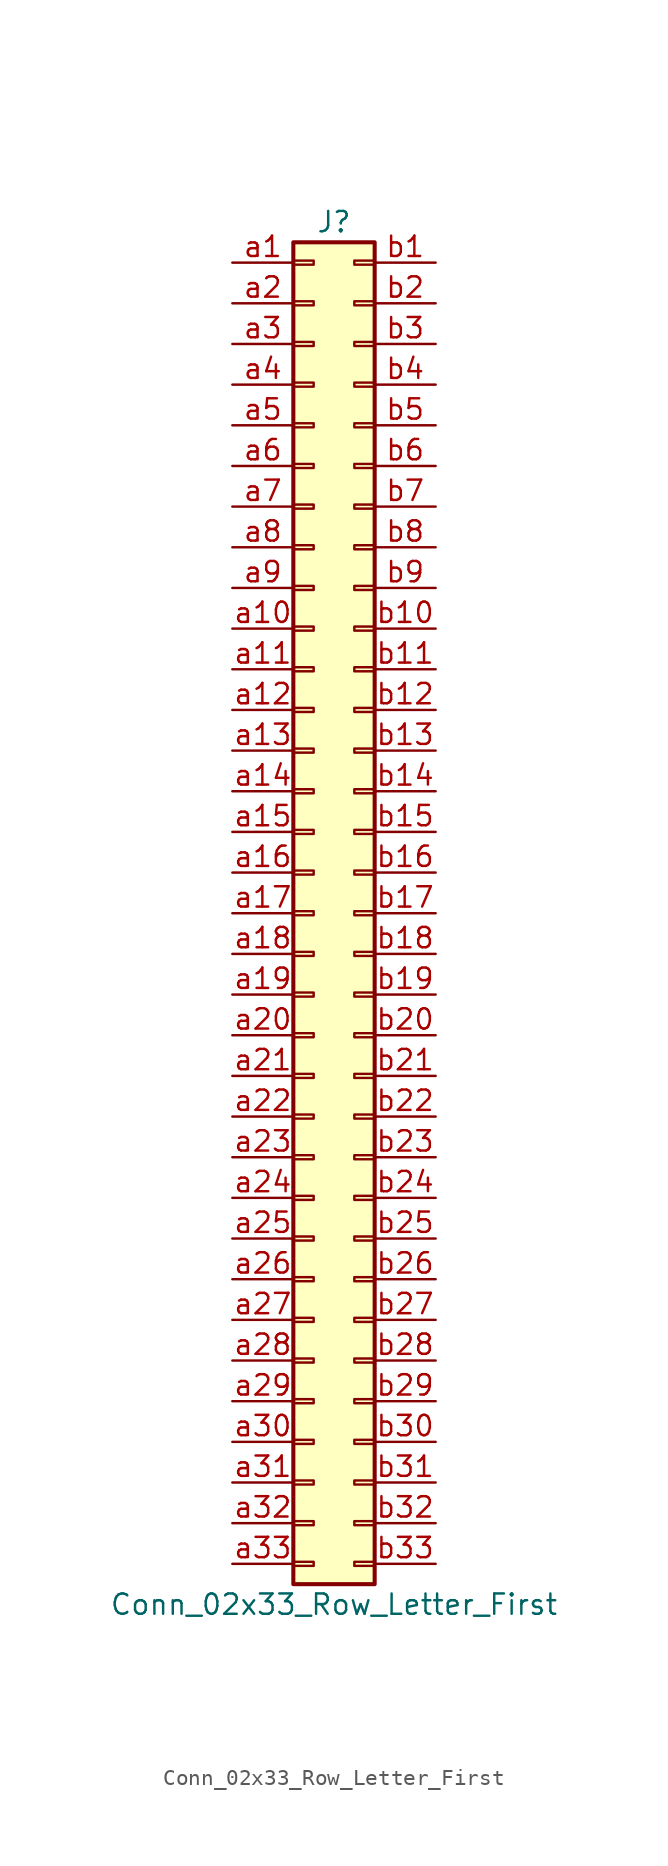
<source format=kicad_sym>
(kicad_symbol_lib
  (version 20201005)
  (generator kicad_symbol_editor)
  (symbol "Conn_02x33_Row_Letter_First"
    (pin_names
      (offset 1.016) hide)
    (property "Reference" "J"
      (at 1.27 43.18 0)
      (effects (font (size 1.27 1.27))))
    (property "Value" "Conn_02x33_Row_Letter_First"
      (at 1.27 -43.18 0)
      (effects (font (size 1.27 1.27))))
    (symbol "Conn_02x33_Row_Letter_First_1_1"
      (rectangle (start -1.27 -40.513) (end 0 -40.767) (stroke (width 0.152)) (fill (type none)))
      (rectangle (start -1.27 -37.973) (end 0 -38.227) (stroke (width 0.152)) (fill (type none)))
      (rectangle (start -1.27 -35.433) (end 0 -35.687) (stroke (width 0.152)) (fill (type none)))
      (rectangle (start -1.27 -32.893) (end 0 -33.147) (stroke (width 0.152)) (fill (type none)))
      (rectangle (start -1.27 -30.353) (end 0 -30.607) (stroke (width 0.152)) (fill (type none)))
      (rectangle (start -1.27 -27.813) (end 0 -28.067) (stroke (width 0.152)) (fill (type none)))
      (rectangle (start -1.27 -25.273) (end 0 -25.527) (stroke (width 0.152)) (fill (type none)))
      (rectangle (start -1.27 -22.733) (end 0 -22.987) (stroke (width 0.152)) (fill (type none)))
      (rectangle (start -1.27 -20.193) (end 0 -20.447) (stroke (width 0.152)) (fill (type none)))
      (rectangle (start -1.27 -17.653) (end 0 -17.907) (stroke (width 0.152)) (fill (type none)))
      (rectangle (start -1.27 -15.113) (end 0 -15.367) (stroke (width 0.152)) (fill (type none)))
      (rectangle (start -1.27 -12.573) (end 0 -12.827) (stroke (width 0.152)) (fill (type none)))
      (rectangle (start -1.27 -10.033) (end 0 -10.287) (stroke (width 0.152)) (fill (type none)))
      (rectangle (start -1.27 -7.493) (end 0 -7.747) (stroke (width 0.152)) (fill (type none)))
      (rectangle (start -1.27 -4.953) (end 0 -5.207) (stroke (width 0.152)) (fill (type none)))
      (rectangle (start -1.27 -2.413) (end 0 -2.667) (stroke (width 0.152)) (fill (type none)))
      (rectangle (start -1.27 0.127) (end 0 -0.127) (stroke (width 0.152)) (fill (type none)))
      (rectangle (start -1.27 2.667) (end 0 2.413) (stroke (width 0.152)) (fill (type none)))
      (rectangle (start -1.27 5.207) (end 0 4.953) (stroke (width 0.152)) (fill (type none)))
      (rectangle (start -1.27 7.747) (end 0 7.493) (stroke (width 0.152)) (fill (type none)))
      (rectangle (start -1.27 10.287) (end 0 10.033) (stroke (width 0.152)) (fill (type none)))
      (rectangle (start -1.27 12.827) (end 0 12.573) (stroke (width 0.152)) (fill (type none)))
      (rectangle (start -1.27 15.367) (end 0 15.113) (stroke (width 0.152)) (fill (type none)))
      (rectangle (start -1.27 17.907) (end 0 17.653) (stroke (width 0.152)) (fill (type none)))
      (rectangle (start -1.27 20.447) (end 0 20.193) (stroke (width 0.152)) (fill (type none)))
      (rectangle (start -1.27 22.987) (end 0 22.733) (stroke (width 0.152)) (fill (type none)))
      (rectangle (start -1.27 25.527) (end 0 25.273) (stroke (width 0.152)) (fill (type none)))
      (rectangle (start -1.27 28.067) (end 0 27.813) (stroke (width 0.152)) (fill (type none)))
      (rectangle (start -1.27 30.607) (end 0 30.353) (stroke (width 0.152)) (fill (type none)))
      (rectangle (start -1.27 33.147) (end 0 32.893) (stroke (width 0.152)) (fill (type none)))
      (rectangle (start -1.27 35.687) (end 0 35.433) (stroke (width 0.152)) (fill (type none)))
      (rectangle (start -1.27 38.227) (end 0 37.973) (stroke (width 0.152)) (fill (type none)))
      (rectangle (start -1.27 40.767) (end 0 40.513) (stroke (width 0.152)) (fill (type none)))
      (rectangle (start 3.81 -40.513) (end 2.54 -40.767) (stroke (width 0.152)) (fill (type none)))
      (rectangle (start 3.81 -37.973) (end 2.54 -38.227) (stroke (width 0.152)) (fill (type none)))
      (rectangle (start 3.81 -35.433) (end 2.54 -35.687) (stroke (width 0.152)) (fill (type none)))
      (rectangle (start 3.81 -32.893) (end 2.54 -33.147) (stroke (width 0.152)) (fill (type none)))
      (rectangle (start 3.81 -30.353) (end 2.54 -30.607) (stroke (width 0.152)) (fill (type none)))
      (rectangle (start 3.81 -27.813) (end 2.54 -28.067) (stroke (width 0.152)) (fill (type none)))
      (rectangle (start 3.81 -25.273) (end 2.54 -25.527) (stroke (width 0.152)) (fill (type none)))
      (rectangle (start 3.81 -22.733) (end 2.54 -22.987) (stroke (width 0.152)) (fill (type none)))
      (rectangle (start 3.81 -20.193) (end 2.54 -20.447) (stroke (width 0.152)) (fill (type none)))
      (rectangle (start 3.81 -17.653) (end 2.54 -17.907) (stroke (width 0.152)) (fill (type none)))
      (rectangle (start 3.81 -15.113) (end 2.54 -15.367) (stroke (width 0.152)) (fill (type none)))
      (rectangle (start 3.81 -12.573) (end 2.54 -12.827) (stroke (width 0.152)) (fill (type none)))
      (rectangle (start 3.81 -10.033) (end 2.54 -10.287) (stroke (width 0.152)) (fill (type none)))
      (rectangle (start 3.81 -7.493) (end 2.54 -7.747) (stroke (width 0.152)) (fill (type none)))
      (rectangle (start 3.81 -4.953) (end 2.54 -5.207) (stroke (width 0.152)) (fill (type none)))
      (rectangle (start 3.81 -2.413) (end 2.54 -2.667) (stroke (width 0.152)) (fill (type none)))
      (rectangle (start 3.81 0.127) (end 2.54 -0.127) (stroke (width 0.152)) (fill (type none)))
      (rectangle (start 3.81 2.667) (end 2.54 2.413) (stroke (width 0.152)) (fill (type none)))
      (rectangle (start 3.81 5.207) (end 2.54 4.953) (stroke (width 0.152)) (fill (type none)))
      (rectangle (start 3.81 7.747) (end 2.54 7.493) (stroke (width 0.152)) (fill (type none)))
      (rectangle (start 3.81 10.287) (end 2.54 10.033) (stroke (width 0.152)) (fill (type none)))
      (rectangle (start 3.81 12.827) (end 2.54 12.573) (stroke (width 0.152)) (fill (type none)))
      (rectangle (start 3.81 15.367) (end 2.54 15.113) (stroke (width 0.152)) (fill (type none)))
      (rectangle (start 3.81 17.907) (end 2.54 17.653) (stroke (width 0.152)) (fill (type none)))
      (rectangle (start 3.81 20.447) (end 2.54 20.193) (stroke (width 0.152)) (fill (type none)))
      (rectangle (start 3.81 22.987) (end 2.54 22.733) (stroke (width 0.152)) (fill (type none)))
      (rectangle (start 3.81 25.527) (end 2.54 25.273) (stroke (width 0.152)) (fill (type none)))
      (rectangle (start 3.81 28.067) (end 2.54 27.813) (stroke (width 0.152)) (fill (type none)))
      (rectangle (start 3.81 30.607) (end 2.54 30.353) (stroke (width 0.152)) (fill (type none)))
      (rectangle (start 3.81 33.147) (end 2.54 32.893) (stroke (width 0.152)) (fill (type none)))
      (rectangle (start 3.81 35.687) (end 2.54 35.433) (stroke (width 0.152)) (fill (type none)))
      (rectangle (start 3.81 38.227) (end 2.54 37.973) (stroke (width 0.152)) (fill (type none)))
      (rectangle (start 3.81 40.767) (end 2.54 40.513) (stroke (width 0.152)) (fill (type none)))
      (rectangle (start -1.27 41.91) (end 3.81 -41.91) (stroke (width 0.254)) (fill (type background)))
      (pin passive line (at -5.08 40.64 0) (length 3.81) (name "Pin_a1" (effects (font (size 1.27 1.27)))) (number "a1" (effects (font (size 1.27 1.27)))))
      (pin passive line (at -5.08 17.78 0) (length 3.81) (name "Pin_a10" (effects (font (size 1.27 1.27)))) (number "a10" (effects (font (size 1.27 1.27)))))
      (pin passive line (at -5.08 15.24 0) (length 3.81) (name "Pin_a11" (effects (font (size 1.27 1.27)))) (number "a11" (effects (font (size 1.27 1.27)))))
      (pin passive line (at -5.08 12.7 0) (length 3.81) (name "Pin_a12" (effects (font (size 1.27 1.27)))) (number "a12" (effects (font (size 1.27 1.27)))))
      (pin passive line (at -5.08 10.16 0) (length 3.81) (name "Pin_a13" (effects (font (size 1.27 1.27)))) (number "a13" (effects (font (size 1.27 1.27)))))
      (pin passive line (at -5.08 7.62 0) (length 3.81) (name "Pin_a14" (effects (font (size 1.27 1.27)))) (number "a14" (effects (font (size 1.27 1.27)))))
      (pin passive line (at -5.08 5.08 0) (length 3.81) (name "Pin_a15" (effects (font (size 1.27 1.27)))) (number "a15" (effects (font (size 1.27 1.27)))))
      (pin passive line (at -5.08 2.54 0) (length 3.81) (name "Pin_a16" (effects (font (size 1.27 1.27)))) (number "a16" (effects (font (size 1.27 1.27)))))
      (pin passive line (at -5.08 0 0) (length 3.81) (name "Pin_a17" (effects (font (size 1.27 1.27)))) (number "a17" (effects (font (size 1.27 1.27)))))
      (pin passive line (at -5.08 -2.54 0) (length 3.81) (name "Pin_a18" (effects (font (size 1.27 1.27)))) (number "a18" (effects (font (size 1.27 1.27)))))
      (pin passive line (at -5.08 -5.08 0) (length 3.81) (name "Pin_a19" (effects (font (size 1.27 1.27)))) (number "a19" (effects (font (size 1.27 1.27)))))
      (pin passive line (at -5.08 38.1 0) (length 3.81) (name "Pin_a2" (effects (font (size 1.27 1.27)))) (number "a2" (effects (font (size 1.27 1.27)))))
      (pin passive line (at -5.08 -7.62 0) (length 3.81) (name "Pin_a20" (effects (font (size 1.27 1.27)))) (number "a20" (effects (font (size 1.27 1.27)))))
      (pin passive line (at -5.08 -10.16 0) (length 3.81) (name "Pin_a21" (effects (font (size 1.27 1.27)))) (number "a21" (effects (font (size 1.27 1.27)))))
      (pin passive line (at -5.08 -12.7 0) (length 3.81) (name "Pin_a22" (effects (font (size 1.27 1.27)))) (number "a22" (effects (font (size 1.27 1.27)))))
      (pin passive line (at -5.08 -15.24 0) (length 3.81) (name "Pin_a23" (effects (font (size 1.27 1.27)))) (number "a23" (effects (font (size 1.27 1.27)))))
      (pin passive line (at -5.08 -17.78 0) (length 3.81) (name "Pin_a24" (effects (font (size 1.27 1.27)))) (number "a24" (effects (font (size 1.27 1.27)))))
      (pin passive line (at -5.08 -20.32 0) (length 3.81) (name "Pin_a25" (effects (font (size 1.27 1.27)))) (number "a25" (effects (font (size 1.27 1.27)))))
      (pin passive line (at -5.08 -22.86 0) (length 3.81) (name "Pin_a26" (effects (font (size 1.27 1.27)))) (number "a26" (effects (font (size 1.27 1.27)))))
      (pin passive line (at -5.08 -25.4 0) (length 3.81) (name "Pin_a27" (effects (font (size 1.27 1.27)))) (number "a27" (effects (font (size 1.27 1.27)))))
      (pin passive line (at -5.08 -27.94 0) (length 3.81) (name "Pin_a28" (effects (font (size 1.27 1.27)))) (number "a28" (effects (font (size 1.27 1.27)))))
      (pin passive line (at -5.08 -30.48 0) (length 3.81) (name "Pin_a29" (effects (font (size 1.27 1.27)))) (number "a29" (effects (font (size 1.27 1.27)))))
      (pin passive line (at -5.08 35.56 0) (length 3.81) (name "Pin_a3" (effects (font (size 1.27 1.27)))) (number "a3" (effects (font (size 1.27 1.27)))))
      (pin passive line (at -5.08 -33.02 0) (length 3.81) (name "Pin_a30" (effects (font (size 1.27 1.27)))) (number "a30" (effects (font (size 1.27 1.27)))))
      (pin passive line (at -5.08 -35.56 0) (length 3.81) (name "Pin_a31" (effects (font (size 1.27 1.27)))) (number "a31" (effects (font (size 1.27 1.27)))))
      (pin passive line (at -5.08 -38.1 0) (length 3.81) (name "Pin_a32" (effects (font (size 1.27 1.27)))) (number "a32" (effects (font (size 1.27 1.27)))))
      (pin passive line (at -5.08 -40.64 0) (length 3.81) (name "Pin_a33" (effects (font (size 1.27 1.27)))) (number "a33" (effects (font (size 1.27 1.27)))))
      (pin passive line (at -5.08 33.02 0) (length 3.81) (name "Pin_a4" (effects (font (size 1.27 1.27)))) (number "a4" (effects (font (size 1.27 1.27)))))
      (pin passive line (at -5.08 30.48 0) (length 3.81) (name "Pin_a5" (effects (font (size 1.27 1.27)))) (number "a5" (effects (font (size 1.27 1.27)))))
      (pin passive line (at -5.08 27.94 0) (length 3.81) (name "Pin_a6" (effects (font (size 1.27 1.27)))) (number "a6" (effects (font (size 1.27 1.27)))))
      (pin passive line (at -5.08 25.4 0) (length 3.81) (name "Pin_a7" (effects (font (size 1.27 1.27)))) (number "a7" (effects (font (size 1.27 1.27)))))
      (pin passive line (at -5.08 22.86 0) (length 3.81) (name "Pin_a8" (effects (font (size 1.27 1.27)))) (number "a8" (effects (font (size 1.27 1.27)))))
      (pin passive line (at -5.08 20.32 0) (length 3.81) (name "Pin_a9" (effects (font (size 1.27 1.27)))) (number "a9" (effects (font (size 1.27 1.27)))))
      (pin passive line (at 7.62 40.64 180) (length 3.81) (name "Pin_b1" (effects (font (size 1.27 1.27)))) (number "b1" (effects (font (size 1.27 1.27)))))
      (pin passive line (at 7.62 17.78 180) (length 3.81) (name "Pin_b10" (effects (font (size 1.27 1.27)))) (number "b10" (effects (font (size 1.27 1.27)))))
      (pin passive line (at 7.62 15.24 180) (length 3.81) (name "Pin_b11" (effects (font (size 1.27 1.27)))) (number "b11" (effects (font (size 1.27 1.27)))))
      (pin passive line (at 7.62 12.7 180) (length 3.81) (name "Pin_b12" (effects (font (size 1.27 1.27)))) (number "b12" (effects (font (size 1.27 1.27)))))
      (pin passive line (at 7.62 10.16 180) (length 3.81) (name "Pin_b13" (effects (font (size 1.27 1.27)))) (number "b13" (effects (font (size 1.27 1.27)))))
      (pin passive line (at 7.62 7.62 180) (length 3.81) (name "Pin_b14" (effects (font (size 1.27 1.27)))) (number "b14" (effects (font (size 1.27 1.27)))))
      (pin passive line (at 7.62 5.08 180) (length 3.81) (name "Pin_b15" (effects (font (size 1.27 1.27)))) (number "b15" (effects (font (size 1.27 1.27)))))
      (pin passive line (at 7.62 2.54 180) (length 3.81) (name "Pin_b16" (effects (font (size 1.27 1.27)))) (number "b16" (effects (font (size 1.27 1.27)))))
      (pin passive line (at 7.62 0 180) (length 3.81) (name "Pin_b17" (effects (font (size 1.27 1.27)))) (number "b17" (effects (font (size 1.27 1.27)))))
      (pin passive line (at 7.62 -2.54 180) (length 3.81) (name "Pin_b18" (effects (font (size 1.27 1.27)))) (number "b18" (effects (font (size 1.27 1.27)))))
      (pin passive line (at 7.62 -5.08 180) (length 3.81) (name "Pin_b19" (effects (font (size 1.27 1.27)))) (number "b19" (effects (font (size 1.27 1.27)))))
      (pin passive line (at 7.62 38.1 180) (length 3.81) (name "Pin_b2" (effects (font (size 1.27 1.27)))) (number "b2" (effects (font (size 1.27 1.27)))))
      (pin passive line (at 7.62 -7.62 180) (length 3.81) (name "Pin_b20" (effects (font (size 1.27 1.27)))) (number "b20" (effects (font (size 1.27 1.27)))))
      (pin passive line (at 7.62 -10.16 180) (length 3.81) (name "Pin_b21" (effects (font (size 1.27 1.27)))) (number "b21" (effects (font (size 1.27 1.27)))))
      (pin passive line (at 7.62 -12.7 180) (length 3.81) (name "Pin_b22" (effects (font (size 1.27 1.27)))) (number "b22" (effects (font (size 1.27 1.27)))))
      (pin passive line (at 7.62 -15.24 180) (length 3.81) (name "Pin_b23" (effects (font (size 1.27 1.27)))) (number "b23" (effects (font (size 1.27 1.27)))))
      (pin passive line (at 7.62 -17.78 180) (length 3.81) (name "Pin_b24" (effects (font (size 1.27 1.27)))) (number "b24" (effects (font (size 1.27 1.27)))))
      (pin passive line (at 7.62 -20.32 180) (length 3.81) (name "Pin_b25" (effects (font (size 1.27 1.27)))) (number "b25" (effects (font (size 1.27 1.27)))))
      (pin passive line (at 7.62 -22.86 180) (length 3.81) (name "Pin_b26" (effects (font (size 1.27 1.27)))) (number "b26" (effects (font (size 1.27 1.27)))))
      (pin passive line (at 7.62 -25.4 180) (length 3.81) (name "Pin_b27" (effects (font (size 1.27 1.27)))) (number "b27" (effects (font (size 1.27 1.27)))))
      (pin passive line (at 7.62 -27.94 180) (length 3.81) (name "Pin_b28" (effects (font (size 1.27 1.27)))) (number "b28" (effects (font (size 1.27 1.27)))))
      (pin passive line (at 7.62 -30.48 180) (length 3.81) (name "Pin_b29" (effects (font (size 1.27 1.27)))) (number "b29" (effects (font (size 1.27 1.27)))))
      (pin passive line (at 7.62 35.56 180) (length 3.81) (name "Pin_b3" (effects (font (size 1.27 1.27)))) (number "b3" (effects (font (size 1.27 1.27)))))
      (pin passive line (at 7.62 -33.02 180) (length 3.81) (name "Pin_b30" (effects (font (size 1.27 1.27)))) (number "b30" (effects (font (size 1.27 1.27)))))
      (pin passive line (at 7.62 -35.56 180) (length 3.81) (name "Pin_b31" (effects (font (size 1.27 1.27)))) (number "b31" (effects (font (size 1.27 1.27)))))
      (pin passive line (at 7.62 -38.1 180) (length 3.81) (name "Pin_b32" (effects (font (size 1.27 1.27)))) (number "b32" (effects (font (size 1.27 1.27)))))
      (pin passive line (at 7.62 -40.64 180) (length 3.81) (name "Pin_b33" (effects (font (size 1.27 1.27)))) (number "b33" (effects (font (size 1.27 1.27)))))
      (pin passive line (at 7.62 33.02 180) (length 3.81) (name "Pin_b4" (effects (font (size 1.27 1.27)))) (number "b4" (effects (font (size 1.27 1.27)))))
      (pin passive line (at 7.62 30.48 180) (length 3.81) (name "Pin_b5" (effects (font (size 1.27 1.27)))) (number "b5" (effects (font (size 1.27 1.27)))))
      (pin passive line (at 7.62 27.94 180) (length 3.81) (name "Pin_b6" (effects (font (size 1.27 1.27)))) (number "b6" (effects (font (size 1.27 1.27)))))
      (pin passive line (at 7.62 25.4 180) (length 3.81) (name "Pin_b7" (effects (font (size 1.27 1.27)))) (number "b7" (effects (font (size 1.27 1.27)))))
      (pin passive line (at 7.62 22.86 180) (length 3.81) (name "Pin_b8" (effects (font (size 1.27 1.27)))) (number "b8" (effects (font (size 1.27 1.27)))))
      (pin passive line (at 7.62 20.32 180) (length 3.81) (name "Pin_b9" (effects (font (size 1.27 1.27)))) (number "b9" (effects (font (size 1.27 1.27))))))))
</source>
